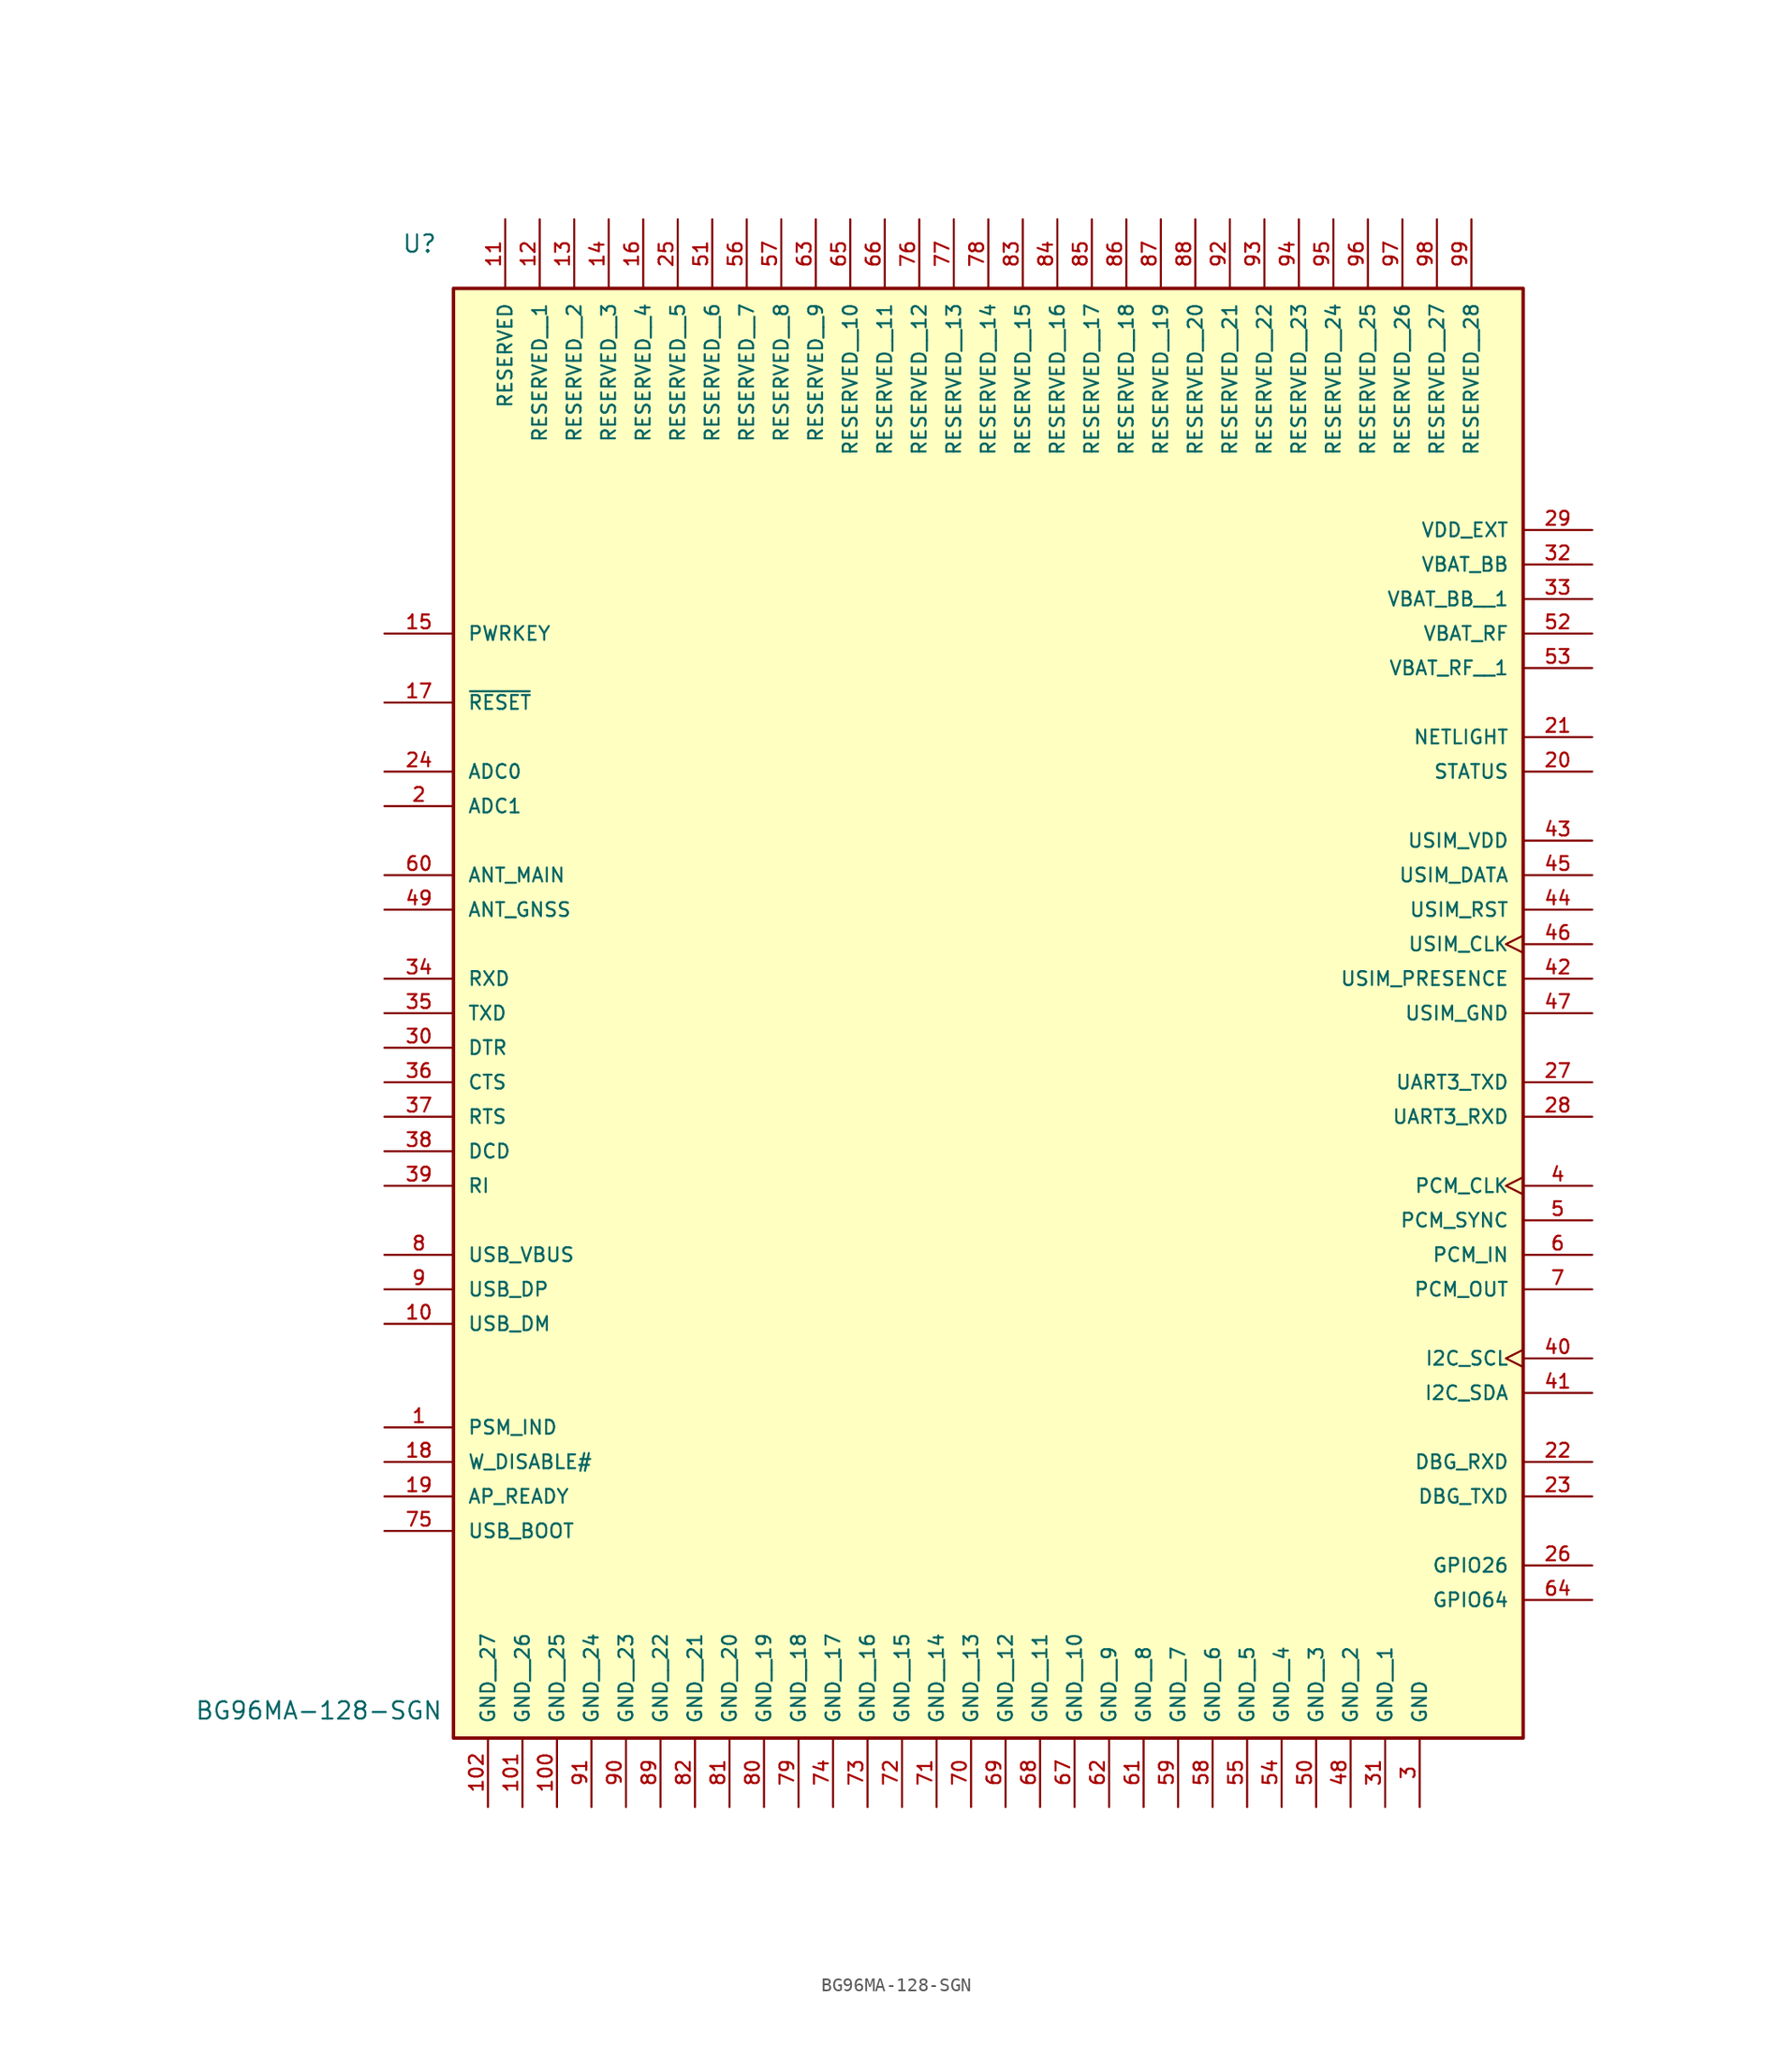
<source format=kicad_sym>
(kicad_symbol_lib
  (version 20211014)
  (generator kicad_symbol_editor)
  (symbol "BG96MA-128-SGN"
    (pin_names
      (offset 1.016))
    (property "Reference" "U"
      (at -26.67 58.42 0)
      (effects (font (size 1.27 1.27)) (justify left bottom)))
    (property "Value" "BG96MA-128-SGN"
      (at -41.91 -49.53 0)
      (effects (font (size 1.27 1.27)) (justify left bottom)))
    (property "ki_locked" ""
      (at 0 0 0)
      (effects (font (size 1.27 1.27))))
    (symbol "BG96MA-128-SGN_0_0"
      (rectangle (start -22.86 55.88) (end 55.88 -50.8) (stroke (width 0.254) (type default) (color 0 0 0 0)) (fill (type background)))
      (pin output line (at -27.94 -27.94 0) (length 5.08) (name "PSM_IND" (effects (font (size 1.016 1.016)))) (number "1" (effects (font (size 1.016 1.016)))))
      (pin bidirectional line (at -27.94 -20.32 0) (length 5.08) (name "USB_DM" (effects (font (size 1.016 1.016)))) (number "10" (effects (font (size 1.016 1.016)))))
      (pin power_in line (at -15.24 -55.88 90) (length 5.08) (name "GND__25" (effects (font (size 1.016 1.016)))) (number "100" (effects (font (size 1.016 1.016)))))
      (pin power_in line (at -17.78 -55.88 90) (length 5.08) (name "GND__26" (effects (font (size 1.016 1.016)))) (number "101" (effects (font (size 1.016 1.016)))))
      (pin power_in line (at -20.32 -55.88 90) (length 5.08) (name "GND__27" (effects (font (size 1.016 1.016)))) (number "102" (effects (font (size 1.016 1.016)))))
      (pin passive line (at -19.05 60.96 270) (length 5.08) (name "RESERVED" (effects (font (size 1.016 1.016)))) (number "11" (effects (font (size 1.016 1.016)))))
      (pin passive line (at -16.51 60.96 270) (length 5.08) (name "RESERVED__1" (effects (font (size 1.016 1.016)))) (number "12" (effects (font (size 1.016 1.016)))))
      (pin passive line (at -13.97 60.96 270) (length 5.08) (name "RESERVED__2" (effects (font (size 1.016 1.016)))) (number "13" (effects (font (size 1.016 1.016)))))
      (pin passive line (at -11.43 60.96 270) (length 5.08) (name "RESERVED__3" (effects (font (size 1.016 1.016)))) (number "14" (effects (font (size 1.016 1.016)))))
      (pin input line (at -27.94 30.48 0) (length 5.08) (name "PWRKEY" (effects (font (size 1.016 1.016)))) (number "15" (effects (font (size 1.016 1.016)))))
      (pin passive line (at -8.89 60.96 270) (length 5.08) (name "RESERVED__4" (effects (font (size 1.016 1.016)))) (number "16" (effects (font (size 1.016 1.016)))))
      (pin input line (at -27.94 25.4 0) (length 5.08) (name "~{RESET}" (effects (font (size 1.016 1.016)))) (number "17" (effects (font (size 1.016 1.016)))))
      (pin input line (at -27.94 -30.48 0) (length 5.08) (name "W_DISABLE#" (effects (font (size 1.016 1.016)))) (number "18" (effects (font (size 1.016 1.016)))))
      (pin input line (at -27.94 -33.02 0) (length 5.08) (name "AP_READY" (effects (font (size 1.016 1.016)))) (number "19" (effects (font (size 1.016 1.016)))))
      (pin input line (at -27.94 17.78 0) (length 5.08) (name "ADC1" (effects (font (size 1.016 1.016)))) (number "2" (effects (font (size 1.016 1.016)))))
      (pin output line (at 60.96 20.32 180) (length 5.08) (name "STATUS" (effects (font (size 1.016 1.016)))) (number "20" (effects (font (size 1.016 1.016)))))
      (pin output line (at 60.96 22.86 180) (length 5.08) (name "NETLIGHT" (effects (font (size 1.016 1.016)))) (number "21" (effects (font (size 1.016 1.016)))))
      (pin input line (at 60.96 -30.48 180) (length 5.08) (name "DBG_RXD" (effects (font (size 1.016 1.016)))) (number "22" (effects (font (size 1.016 1.016)))))
      (pin output line (at 60.96 -33.02 180) (length 5.08) (name "DBG_TXD" (effects (font (size 1.016 1.016)))) (number "23" (effects (font (size 1.016 1.016)))))
      (pin input line (at -27.94 20.32 0) (length 5.08) (name "ADC0" (effects (font (size 1.016 1.016)))) (number "24" (effects (font (size 1.016 1.016)))))
      (pin passive line (at -6.35 60.96 270) (length 5.08) (name "RESERVED__5" (effects (font (size 1.016 1.016)))) (number "25" (effects (font (size 1.016 1.016)))))
      (pin bidirectional line (at 60.96 -38.1 180) (length 5.08) (name "GPIO26" (effects (font (size 1.016 1.016)))) (number "26" (effects (font (size 1.016 1.016)))))
      (pin output line (at 60.96 -2.54 180) (length 5.08) (name "UART3_TXD" (effects (font (size 1.016 1.016)))) (number "27" (effects (font (size 1.016 1.016)))))
      (pin input line (at 60.96 -5.08 180) (length 5.08) (name "UART3_RXD" (effects (font (size 1.016 1.016)))) (number "28" (effects (font (size 1.016 1.016)))))
      (pin power_in line (at 60.96 38.1 180) (length 5.08) (name "VDD_EXT" (effects (font (size 1.016 1.016)))) (number "29" (effects (font (size 1.016 1.016)))))
      (pin power_in line (at 48.26 -55.88 90) (length 5.08) (name "GND" (effects (font (size 1.016 1.016)))) (number "3" (effects (font (size 1.016 1.016)))))
      (pin input line (at -27.94 0 0) (length 5.08) (name "DTR" (effects (font (size 1.016 1.016)))) (number "30" (effects (font (size 1.016 1.016)))))
      (pin power_in line (at 45.72 -55.88 90) (length 5.08) (name "GND__1" (effects (font (size 1.016 1.016)))) (number "31" (effects (font (size 1.016 1.016)))))
      (pin power_in line (at 60.96 35.56 180) (length 5.08) (name "VBAT_BB" (effects (font (size 1.016 1.016)))) (number "32" (effects (font (size 1.016 1.016)))))
      (pin power_in line (at 60.96 33.02 180) (length 5.08) (name "VBAT_BB__1" (effects (font (size 1.016 1.016)))) (number "33" (effects (font (size 1.016 1.016)))))
      (pin input line (at -27.94 5.08 0) (length 5.08) (name "RXD" (effects (font (size 1.016 1.016)))) (number "34" (effects (font (size 1.016 1.016)))))
      (pin output line (at -27.94 2.54 0) (length 5.08) (name "TXD" (effects (font (size 1.016 1.016)))) (number "35" (effects (font (size 1.016 1.016)))))
      (pin output line (at -27.94 -2.54 0) (length 5.08) (name "CTS" (effects (font (size 1.016 1.016)))) (number "36" (effects (font (size 1.016 1.016)))))
      (pin input line (at -27.94 -5.08 0) (length 5.08) (name "RTS" (effects (font (size 1.016 1.016)))) (number "37" (effects (font (size 1.016 1.016)))))
      (pin output line (at -27.94 -7.62 0) (length 5.08) (name "DCD" (effects (font (size 1.016 1.016)))) (number "38" (effects (font (size 1.016 1.016)))))
      (pin output line (at -27.94 -10.16 0) (length 5.08) (name "RI" (effects (font (size 1.016 1.016)))) (number "39" (effects (font (size 1.016 1.016)))))
      (pin output clock (at 60.96 -10.16 180) (length 5.08) (name "PCM_CLK" (effects (font (size 1.016 1.016)))) (number "4" (effects (font (size 1.016 1.016)))))
      (pin output clock (at 60.96 -22.86 180) (length 5.08) (name "I2C_SCL" (effects (font (size 1.016 1.016)))) (number "40" (effects (font (size 1.016 1.016)))))
      (pin bidirectional line (at 60.96 -25.4 180) (length 5.08) (name "I2C_SDA" (effects (font (size 1.016 1.016)))) (number "41" (effects (font (size 1.016 1.016)))))
      (pin input line (at 60.96 5.08 180) (length 5.08) (name "USIM_PRESENCE" (effects (font (size 1.016 1.016)))) (number "42" (effects (font (size 1.016 1.016)))))
      (pin power_in line (at 60.96 15.24 180) (length 5.08) (name "USIM_VDD" (effects (font (size 1.016 1.016)))) (number "43" (effects (font (size 1.016 1.016)))))
      (pin output line (at 60.96 10.16 180) (length 5.08) (name "USIM_RST" (effects (font (size 1.016 1.016)))) (number "44" (effects (font (size 1.016 1.016)))))
      (pin bidirectional line (at 60.96 12.7 180) (length 5.08) (name "USIM_DATA" (effects (font (size 1.016 1.016)))) (number "45" (effects (font (size 1.016 1.016)))))
      (pin output clock (at 60.96 7.62 180) (length 5.08) (name "USIM_CLK" (effects (font (size 1.016 1.016)))) (number "46" (effects (font (size 1.016 1.016)))))
      (pin power_in line (at 60.96 2.54 180) (length 5.08) (name "USIM_GND" (effects (font (size 1.016 1.016)))) (number "47" (effects (font (size 1.016 1.016)))))
      (pin power_in line (at 43.18 -55.88 90) (length 5.08) (name "GND__2" (effects (font (size 1.016 1.016)))) (number "48" (effects (font (size 1.016 1.016)))))
      (pin input line (at -27.94 10.16 0) (length 5.08) (name "ANT_GNSS" (effects (font (size 1.016 1.016)))) (number "49" (effects (font (size 1.016 1.016)))))
      (pin output line (at 60.96 -12.7 180) (length 5.08) (name "PCM_SYNC" (effects (font (size 1.016 1.016)))) (number "5" (effects (font (size 1.016 1.016)))))
      (pin power_in line (at 40.64 -55.88 90) (length 5.08) (name "GND__3" (effects (font (size 1.016 1.016)))) (number "50" (effects (font (size 1.016 1.016)))))
      (pin passive line (at -3.81 60.96 270) (length 5.08) (name "RESERVED__6" (effects (font (size 1.016 1.016)))) (number "51" (effects (font (size 1.016 1.016)))))
      (pin power_in line (at 60.96 30.48 180) (length 5.08) (name "VBAT_RF" (effects (font (size 1.016 1.016)))) (number "52" (effects (font (size 1.016 1.016)))))
      (pin power_in line (at 60.96 27.94 180) (length 5.08) (name "VBAT_RF__1" (effects (font (size 1.016 1.016)))) (number "53" (effects (font (size 1.016 1.016)))))
      (pin power_in line (at 38.1 -55.88 90) (length 5.08) (name "GND__4" (effects (font (size 1.016 1.016)))) (number "54" (effects (font (size 1.016 1.016)))))
      (pin power_in line (at 35.56 -55.88 90) (length 5.08) (name "GND__5" (effects (font (size 1.016 1.016)))) (number "55" (effects (font (size 1.016 1.016)))))
      (pin passive line (at -1.27 60.96 270) (length 5.08) (name "RESERVED__7" (effects (font (size 1.016 1.016)))) (number "56" (effects (font (size 1.016 1.016)))))
      (pin passive line (at 1.27 60.96 270) (length 5.08) (name "RESERVED__8" (effects (font (size 1.016 1.016)))) (number "57" (effects (font (size 1.016 1.016)))))
      (pin power_in line (at 33.02 -55.88 90) (length 5.08) (name "GND__6" (effects (font (size 1.016 1.016)))) (number "58" (effects (font (size 1.016 1.016)))))
      (pin power_in line (at 30.48 -55.88 90) (length 5.08) (name "GND__7" (effects (font (size 1.016 1.016)))) (number "59" (effects (font (size 1.016 1.016)))))
      (pin input line (at 60.96 -15.24 180) (length 5.08) (name "PCM_IN" (effects (font (size 1.016 1.016)))) (number "6" (effects (font (size 1.016 1.016)))))
      (pin bidirectional line (at -27.94 12.7 0) (length 5.08) (name "ANT_MAIN" (effects (font (size 1.016 1.016)))) (number "60" (effects (font (size 1.016 1.016)))))
      (pin power_in line (at 27.94 -55.88 90) (length 5.08) (name "GND__8" (effects (font (size 1.016 1.016)))) (number "61" (effects (font (size 1.016 1.016)))))
      (pin power_in line (at 25.4 -55.88 90) (length 5.08) (name "GND__9" (effects (font (size 1.016 1.016)))) (number "62" (effects (font (size 1.016 1.016)))))
      (pin passive line (at 3.81 60.96 270) (length 5.08) (name "RESERVED__9" (effects (font (size 1.016 1.016)))) (number "63" (effects (font (size 1.016 1.016)))))
      (pin bidirectional line (at 60.96 -40.64 180) (length 5.08) (name "GPIO64" (effects (font (size 1.016 1.016)))) (number "64" (effects (font (size 1.016 1.016)))))
      (pin passive line (at 6.35 60.96 270) (length 5.08) (name "RESERVED__10" (effects (font (size 1.016 1.016)))) (number "65" (effects (font (size 1.016 1.016)))))
      (pin passive line (at 8.89 60.96 270) (length 5.08) (name "RESERVED__11" (effects (font (size 1.016 1.016)))) (number "66" (effects (font (size 1.016 1.016)))))
      (pin power_in line (at 22.86 -55.88 90) (length 5.08) (name "GND__10" (effects (font (size 1.016 1.016)))) (number "67" (effects (font (size 1.016 1.016)))))
      (pin power_in line (at 20.32 -55.88 90) (length 5.08) (name "GND__11" (effects (font (size 1.016 1.016)))) (number "68" (effects (font (size 1.016 1.016)))))
      (pin power_in line (at 17.78 -55.88 90) (length 5.08) (name "GND__12" (effects (font (size 1.016 1.016)))) (number "69" (effects (font (size 1.016 1.016)))))
      (pin output line (at 60.96 -17.78 180) (length 5.08) (name "PCM_OUT" (effects (font (size 1.016 1.016)))) (number "7" (effects (font (size 1.016 1.016)))))
      (pin power_in line (at 15.24 -55.88 90) (length 5.08) (name "GND__13" (effects (font (size 1.016 1.016)))) (number "70" (effects (font (size 1.016 1.016)))))
      (pin power_in line (at 12.7 -55.88 90) (length 5.08) (name "GND__14" (effects (font (size 1.016 1.016)))) (number "71" (effects (font (size 1.016 1.016)))))
      (pin power_in line (at 10.16 -55.88 90) (length 5.08) (name "GND__15" (effects (font (size 1.016 1.016)))) (number "72" (effects (font (size 1.016 1.016)))))
      (pin power_in line (at 7.62 -55.88 90) (length 5.08) (name "GND__16" (effects (font (size 1.016 1.016)))) (number "73" (effects (font (size 1.016 1.016)))))
      (pin power_in line (at 5.08 -55.88 90) (length 5.08) (name "GND__17" (effects (font (size 1.016 1.016)))) (number "74" (effects (font (size 1.016 1.016)))))
      (pin input line (at -27.94 -35.56 0) (length 5.08) (name "USB_BOOT" (effects (font (size 1.016 1.016)))) (number "75" (effects (font (size 1.016 1.016)))))
      (pin passive line (at 11.43 60.96 270) (length 5.08) (name "RESERVED__12" (effects (font (size 1.016 1.016)))) (number "76" (effects (font (size 1.016 1.016)))))
      (pin passive line (at 13.97 60.96 270) (length 5.08) (name "RESERVED__13" (effects (font (size 1.016 1.016)))) (number "77" (effects (font (size 1.016 1.016)))))
      (pin passive line (at 16.51 60.96 270) (length 5.08) (name "RESERVED__14" (effects (font (size 1.016 1.016)))) (number "78" (effects (font (size 1.016 1.016)))))
      (pin power_in line (at 2.54 -55.88 90) (length 5.08) (name "GND__18" (effects (font (size 1.016 1.016)))) (number "79" (effects (font (size 1.016 1.016)))))
      (pin power_in line (at -27.94 -15.24 0) (length 5.08) (name "USB_VBUS" (effects (font (size 1.016 1.016)))) (number "8" (effects (font (size 1.016 1.016)))))
      (pin power_in line (at 0 -55.88 90) (length 5.08) (name "GND__19" (effects (font (size 1.016 1.016)))) (number "80" (effects (font (size 1.016 1.016)))))
      (pin power_in line (at -2.54 -55.88 90) (length 5.08) (name "GND__20" (effects (font (size 1.016 1.016)))) (number "81" (effects (font (size 1.016 1.016)))))
      (pin power_in line (at -5.08 -55.88 90) (length 5.08) (name "GND__21" (effects (font (size 1.016 1.016)))) (number "82" (effects (font (size 1.016 1.016)))))
      (pin passive line (at 19.05 60.96 270) (length 5.08) (name "RESERVED__15" (effects (font (size 1.016 1.016)))) (number "83" (effects (font (size 1.016 1.016)))))
      (pin passive line (at 21.59 60.96 270) (length 5.08) (name "RESERVED__16" (effects (font (size 1.016 1.016)))) (number "84" (effects (font (size 1.016 1.016)))))
      (pin passive line (at 24.13 60.96 270) (length 5.08) (name "RESERVED__17" (effects (font (size 1.016 1.016)))) (number "85" (effects (font (size 1.016 1.016)))))
      (pin passive line (at 26.67 60.96 270) (length 5.08) (name "RESERVED__18" (effects (font (size 1.016 1.016)))) (number "86" (effects (font (size 1.016 1.016)))))
      (pin passive line (at 29.21 60.96 270) (length 5.08) (name "RESERVED__19" (effects (font (size 1.016 1.016)))) (number "87" (effects (font (size 1.016 1.016)))))
      (pin passive line (at 31.75 60.96 270) (length 5.08) (name "RESERVED__20" (effects (font (size 1.016 1.016)))) (number "88" (effects (font (size 1.016 1.016)))))
      (pin power_in line (at -7.62 -55.88 90) (length 5.08) (name "GND__22" (effects (font (size 1.016 1.016)))) (number "89" (effects (font (size 1.016 1.016)))))
      (pin bidirectional line (at -27.94 -17.78 0) (length 5.08) (name "USB_DP" (effects (font (size 1.016 1.016)))) (number "9" (effects (font (size 1.016 1.016)))))
      (pin power_in line (at -10.16 -55.88 90) (length 5.08) (name "GND__23" (effects (font (size 1.016 1.016)))) (number "90" (effects (font (size 1.016 1.016)))))
      (pin power_in line (at -12.7 -55.88 90) (length 5.08) (name "GND__24" (effects (font (size 1.016 1.016)))) (number "91" (effects (font (size 1.016 1.016)))))
      (pin passive line (at 34.29 60.96 270) (length 5.08) (name "RESERVED__21" (effects (font (size 1.016 1.016)))) (number "92" (effects (font (size 1.016 1.016)))))
      (pin passive line (at 36.83 60.96 270) (length 5.08) (name "RESERVED__22" (effects (font (size 1.016 1.016)))) (number "93" (effects (font (size 1.016 1.016)))))
      (pin passive line (at 39.37 60.96 270) (length 5.08) (name "RESERVED__23" (effects (font (size 1.016 1.016)))) (number "94" (effects (font (size 1.016 1.016)))))
      (pin passive line (at 41.91 60.96 270) (length 5.08) (name "RESERVED__24" (effects (font (size 1.016 1.016)))) (number "95" (effects (font (size 1.016 1.016)))))
      (pin passive line (at 44.45 60.96 270) (length 5.08) (name "RESERVED__25" (effects (font (size 1.016 1.016)))) (number "96" (effects (font (size 1.016 1.016)))))
      (pin passive line (at 46.99 60.96 270) (length 5.08) (name "RESERVED__26" (effects (font (size 1.016 1.016)))) (number "97" (effects (font (size 1.016 1.016)))))
      (pin passive line (at 49.53 60.96 270) (length 5.08) (name "RESERVED__27" (effects (font (size 1.016 1.016)))) (number "98" (effects (font (size 1.016 1.016)))))
      (pin passive line (at 52.07 60.96 270) (length 5.08) (name "RESERVED__28" (effects (font (size 1.016 1.016)))) (number "99" (effects (font (size 1.016 1.016))))))))
</source>
